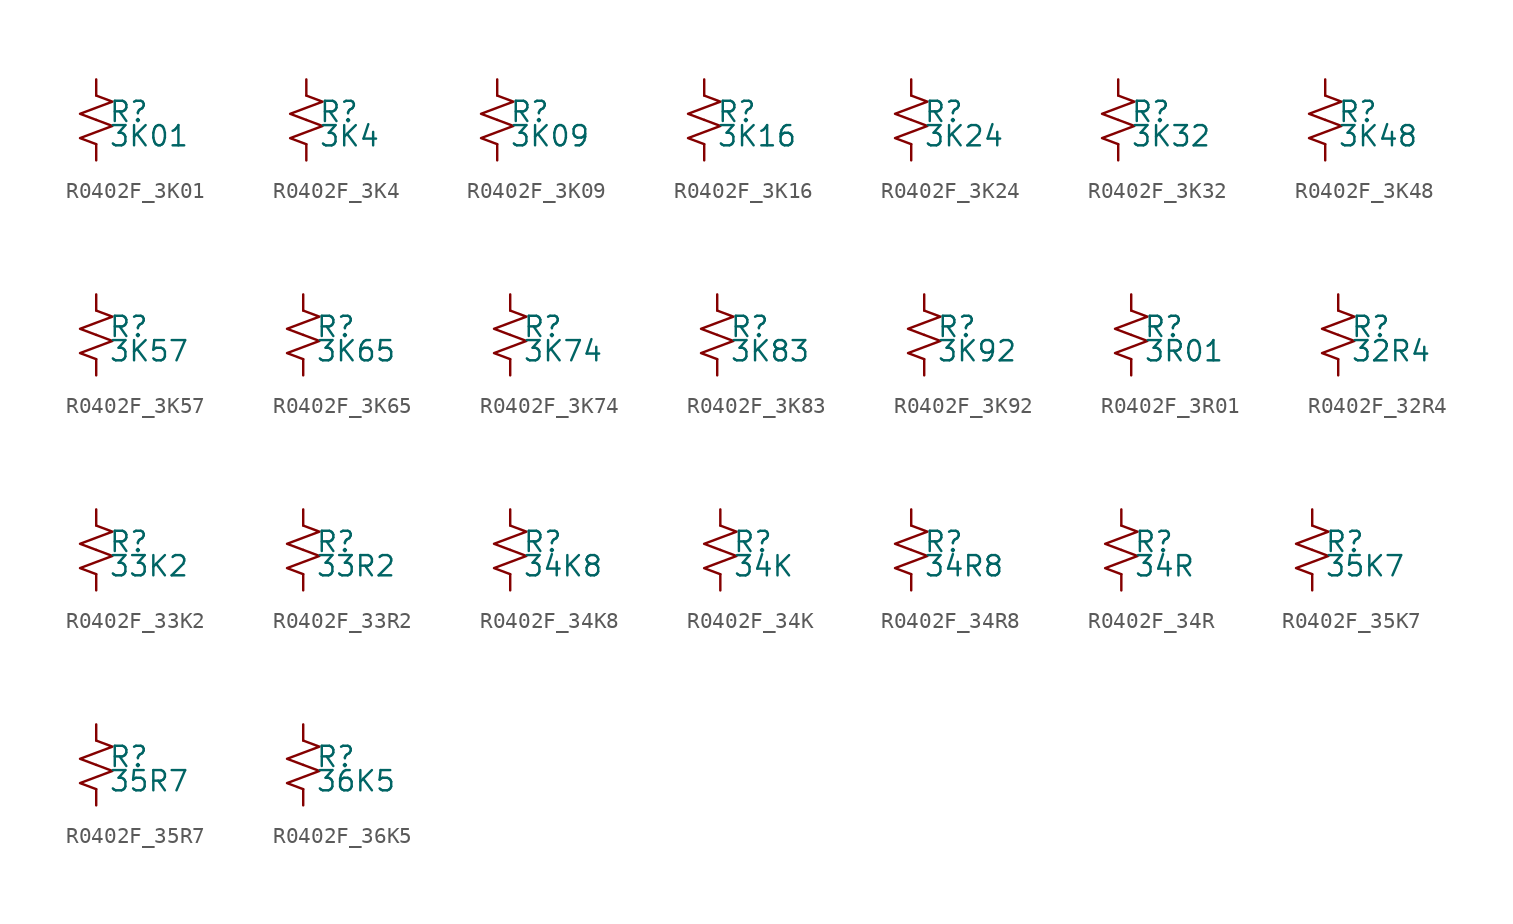
<source format=kicad_sym>
(kicad_symbol_lib
  (version 20220914)
  (generator kicad_symbol_editor)
  (symbol "R0402F_3K01"
    (pin_numbers hide)
    (pin_names
      (offset 0.254) hide)
    (property "Reference" "R"
      (at 0.762 0.508 0)
      (effects (font (size 1.27 1.27)) (justify left)))
    (property "Value" "3K01"
      (at 0.762 -1.016 0)
      (effects (font (size 1.27 1.27)) (justify left)))
    (symbol "R0402F_3K01_1_1"
      (polyline (pts (xy 0 0) (xy 1.016 -0.381) (xy 0 -0.762) (xy -1.016 -1.143) (xy 0 -1.524)) (stroke (width 0) (type default)) (fill (type none)))
      (polyline (pts (xy 0 1.524) (xy 1.016 1.143) (xy 0 0.762) (xy -1.016 0.381) (xy 0 0)) (stroke (width 0) (type default)) (fill (type none)))
      (pin passive line (at 0 2.54 270) (length 1.016) (name "~" (effects (font (size 1.27 1.27)))) (number "1" (effects (font (size 1.27 1.27)))))
      (pin passive line (at 0 -2.54 90) (length 1.016) (name "~" (effects (font (size 1.27 1.27)))) (number "2" (effects (font (size 1.27 1.27)))))))
  (symbol "R0402F_3K4"
    (pin_numbers hide)
    (pin_names
      (offset 0.254) hide)
    (property "Reference" "R"
      (at 0.762 0.508 0)
      (effects (font (size 1.27 1.27)) (justify left)))
    (property "Value" "3K4"
      (at 0.762 -1.016 0)
      (effects (font (size 1.27 1.27)) (justify left)))
    (symbol "R0402F_3K4_1_1"
      (polyline (pts (xy 0 0) (xy 1.016 -0.381) (xy 0 -0.762) (xy -1.016 -1.143) (xy 0 -1.524)) (stroke (width 0) (type default)) (fill (type none)))
      (polyline (pts (xy 0 1.524) (xy 1.016 1.143) (xy 0 0.762) (xy -1.016 0.381) (xy 0 0)) (stroke (width 0) (type default)) (fill (type none)))
      (pin passive line (at 0 2.54 270) (length 1.016) (name "~" (effects (font (size 1.27 1.27)))) (number "1" (effects (font (size 1.27 1.27)))))
      (pin passive line (at 0 -2.54 90) (length 1.016) (name "~" (effects (font (size 1.27 1.27)))) (number "2" (effects (font (size 1.27 1.27)))))))
  (symbol "R0402F_3K09"
    (pin_numbers hide)
    (pin_names
      (offset 0.254) hide)
    (property "Reference" "R"
      (at 0.762 0.508 0)
      (effects (font (size 1.27 1.27)) (justify left)))
    (property "Value" "3K09"
      (at 0.762 -1.016 0)
      (effects (font (size 1.27 1.27)) (justify left)))
    (symbol "R0402F_3K09_1_1"
      (polyline (pts (xy 0 0) (xy 1.016 -0.381) (xy 0 -0.762) (xy -1.016 -1.143) (xy 0 -1.524)) (stroke (width 0) (type default)) (fill (type none)))
      (polyline (pts (xy 0 1.524) (xy 1.016 1.143) (xy 0 0.762) (xy -1.016 0.381) (xy 0 0)) (stroke (width 0) (type default)) (fill (type none)))
      (pin passive line (at 0 2.54 270) (length 1.016) (name "~" (effects (font (size 1.27 1.27)))) (number "1" (effects (font (size 1.27 1.27)))))
      (pin passive line (at 0 -2.54 90) (length 1.016) (name "~" (effects (font (size 1.27 1.27)))) (number "2" (effects (font (size 1.27 1.27)))))))
  (symbol "R0402F_3K16"
    (pin_numbers hide)
    (pin_names
      (offset 0.254) hide)
    (property "Reference" "R"
      (at 0.762 0.508 0)
      (effects (font (size 1.27 1.27)) (justify left)))
    (property "Value" "3K16"
      (at 0.762 -1.016 0)
      (effects (font (size 1.27 1.27)) (justify left)))
    (symbol "R0402F_3K16_1_1"
      (polyline (pts (xy 0 0) (xy 1.016 -0.381) (xy 0 -0.762) (xy -1.016 -1.143) (xy 0 -1.524)) (stroke (width 0) (type default)) (fill (type none)))
      (polyline (pts (xy 0 1.524) (xy 1.016 1.143) (xy 0 0.762) (xy -1.016 0.381) (xy 0 0)) (stroke (width 0) (type default)) (fill (type none)))
      (pin passive line (at 0 2.54 270) (length 1.016) (name "~" (effects (font (size 1.27 1.27)))) (number "1" (effects (font (size 1.27 1.27)))))
      (pin passive line (at 0 -2.54 90) (length 1.016) (name "~" (effects (font (size 1.27 1.27)))) (number "2" (effects (font (size 1.27 1.27)))))))
  (symbol "R0402F_3K24"
    (pin_numbers hide)
    (pin_names
      (offset 0.254) hide)
    (property "Reference" "R"
      (at 0.762 0.508 0)
      (effects (font (size 1.27 1.27)) (justify left)))
    (property "Value" "3K24"
      (at 0.762 -1.016 0)
      (effects (font (size 1.27 1.27)) (justify left)))
    (symbol "R0402F_3K24_1_1"
      (polyline (pts (xy 0 0) (xy 1.016 -0.381) (xy 0 -0.762) (xy -1.016 -1.143) (xy 0 -1.524)) (stroke (width 0) (type default)) (fill (type none)))
      (polyline (pts (xy 0 1.524) (xy 1.016 1.143) (xy 0 0.762) (xy -1.016 0.381) (xy 0 0)) (stroke (width 0) (type default)) (fill (type none)))
      (pin passive line (at 0 2.54 270) (length 1.016) (name "~" (effects (font (size 1.27 1.27)))) (number "1" (effects (font (size 1.27 1.27)))))
      (pin passive line (at 0 -2.54 90) (length 1.016) (name "~" (effects (font (size 1.27 1.27)))) (number "2" (effects (font (size 1.27 1.27)))))))
  (symbol "R0402F_3K32"
    (pin_numbers hide)
    (pin_names
      (offset 0.254) hide)
    (property "Reference" "R"
      (at 0.762 0.508 0)
      (effects (font (size 1.27 1.27)) (justify left)))
    (property "Value" "3K32"
      (at 0.762 -1.016 0)
      (effects (font (size 1.27 1.27)) (justify left)))
    (symbol "R0402F_3K32_1_1"
      (polyline (pts (xy 0 0) (xy 1.016 -0.381) (xy 0 -0.762) (xy -1.016 -1.143) (xy 0 -1.524)) (stroke (width 0) (type default)) (fill (type none)))
      (polyline (pts (xy 0 1.524) (xy 1.016 1.143) (xy 0 0.762) (xy -1.016 0.381) (xy 0 0)) (stroke (width 0) (type default)) (fill (type none)))
      (pin passive line (at 0 2.54 270) (length 1.016) (name "~" (effects (font (size 1.27 1.27)))) (number "1" (effects (font (size 1.27 1.27)))))
      (pin passive line (at 0 -2.54 90) (length 1.016) (name "~" (effects (font (size 1.27 1.27)))) (number "2" (effects (font (size 1.27 1.27)))))))
  (symbol "R0402F_3K48"
    (pin_numbers hide)
    (pin_names
      (offset 0.254) hide)
    (property "Reference" "R"
      (at 0.762 0.508 0)
      (effects (font (size 1.27 1.27)) (justify left)))
    (property "Value" "3K48"
      (at 0.762 -1.016 0)
      (effects (font (size 1.27 1.27)) (justify left)))
    (symbol "R0402F_3K48_1_1"
      (polyline (pts (xy 0 0) (xy 1.016 -0.381) (xy 0 -0.762) (xy -1.016 -1.143) (xy 0 -1.524)) (stroke (width 0) (type default)) (fill (type none)))
      (polyline (pts (xy 0 1.524) (xy 1.016 1.143) (xy 0 0.762) (xy -1.016 0.381) (xy 0 0)) (stroke (width 0) (type default)) (fill (type none)))
      (pin passive line (at 0 2.54 270) (length 1.016) (name "~" (effects (font (size 1.27 1.27)))) (number "1" (effects (font (size 1.27 1.27)))))
      (pin passive line (at 0 -2.54 90) (length 1.016) (name "~" (effects (font (size 1.27 1.27)))) (number "2" (effects (font (size 1.27 1.27)))))))
  (symbol "R0402F_3K57"
    (pin_numbers hide)
    (pin_names
      (offset 0.254) hide)
    (property "Reference" "R"
      (at 0.762 0.508 0)
      (effects (font (size 1.27 1.27)) (justify left)))
    (property "Value" "3K57"
      (at 0.762 -1.016 0)
      (effects (font (size 1.27 1.27)) (justify left)))
    (symbol "R0402F_3K57_1_1"
      (polyline (pts (xy 0 0) (xy 1.016 -0.381) (xy 0 -0.762) (xy -1.016 -1.143) (xy 0 -1.524)) (stroke (width 0) (type default)) (fill (type none)))
      (polyline (pts (xy 0 1.524) (xy 1.016 1.143) (xy 0 0.762) (xy -1.016 0.381) (xy 0 0)) (stroke (width 0) (type default)) (fill (type none)))
      (pin passive line (at 0 2.54 270) (length 1.016) (name "~" (effects (font (size 1.27 1.27)))) (number "1" (effects (font (size 1.27 1.27)))))
      (pin passive line (at 0 -2.54 90) (length 1.016) (name "~" (effects (font (size 1.27 1.27)))) (number "2" (effects (font (size 1.27 1.27)))))))
  (symbol "R0402F_3K65"
    (pin_numbers hide)
    (pin_names
      (offset 0.254) hide)
    (property "Reference" "R"
      (at 0.762 0.508 0)
      (effects (font (size 1.27 1.27)) (justify left)))
    (property "Value" "3K65"
      (at 0.762 -1.016 0)
      (effects (font (size 1.27 1.27)) (justify left)))
    (symbol "R0402F_3K65_1_1"
      (polyline (pts (xy 0 0) (xy 1.016 -0.381) (xy 0 -0.762) (xy -1.016 -1.143) (xy 0 -1.524)) (stroke (width 0) (type default)) (fill (type none)))
      (polyline (pts (xy 0 1.524) (xy 1.016 1.143) (xy 0 0.762) (xy -1.016 0.381) (xy 0 0)) (stroke (width 0) (type default)) (fill (type none)))
      (pin passive line (at 0 2.54 270) (length 1.016) (name "~" (effects (font (size 1.27 1.27)))) (number "1" (effects (font (size 1.27 1.27)))))
      (pin passive line (at 0 -2.54 90) (length 1.016) (name "~" (effects (font (size 1.27 1.27)))) (number "2" (effects (font (size 1.27 1.27)))))))
  (symbol "R0402F_3K74"
    (pin_numbers hide)
    (pin_names
      (offset 0.254) hide)
    (property "Reference" "R"
      (at 0.762 0.508 0)
      (effects (font (size 1.27 1.27)) (justify left)))
    (property "Value" "3K74"
      (at 0.762 -1.016 0)
      (effects (font (size 1.27 1.27)) (justify left)))
    (symbol "R0402F_3K74_1_1"
      (polyline (pts (xy 0 0) (xy 1.016 -0.381) (xy 0 -0.762) (xy -1.016 -1.143) (xy 0 -1.524)) (stroke (width 0) (type default)) (fill (type none)))
      (polyline (pts (xy 0 1.524) (xy 1.016 1.143) (xy 0 0.762) (xy -1.016 0.381) (xy 0 0)) (stroke (width 0) (type default)) (fill (type none)))
      (pin passive line (at 0 2.54 270) (length 1.016) (name "~" (effects (font (size 1.27 1.27)))) (number "1" (effects (font (size 1.27 1.27)))))
      (pin passive line (at 0 -2.54 90) (length 1.016) (name "~" (effects (font (size 1.27 1.27)))) (number "2" (effects (font (size 1.27 1.27)))))))
  (symbol "R0402F_3K83"
    (pin_numbers hide)
    (pin_names
      (offset 0.254) hide)
    (property "Reference" "R"
      (at 0.762 0.508 0)
      (effects (font (size 1.27 1.27)) (justify left)))
    (property "Value" "3K83"
      (at 0.762 -1.016 0)
      (effects (font (size 1.27 1.27)) (justify left)))
    (symbol "R0402F_3K83_1_1"
      (polyline (pts (xy 0 0) (xy 1.016 -0.381) (xy 0 -0.762) (xy -1.016 -1.143) (xy 0 -1.524)) (stroke (width 0) (type default)) (fill (type none)))
      (polyline (pts (xy 0 1.524) (xy 1.016 1.143) (xy 0 0.762) (xy -1.016 0.381) (xy 0 0)) (stroke (width 0) (type default)) (fill (type none)))
      (pin passive line (at 0 2.54 270) (length 1.016) (name "~" (effects (font (size 1.27 1.27)))) (number "1" (effects (font (size 1.27 1.27)))))
      (pin passive line (at 0 -2.54 90) (length 1.016) (name "~" (effects (font (size 1.27 1.27)))) (number "2" (effects (font (size 1.27 1.27)))))))
  (symbol "R0402F_3K92"
    (pin_numbers hide)
    (pin_names
      (offset 0.254) hide)
    (property "Reference" "R"
      (at 0.762 0.508 0)
      (effects (font (size 1.27 1.27)) (justify left)))
    (property "Value" "3K92"
      (at 0.762 -1.016 0)
      (effects (font (size 1.27 1.27)) (justify left)))
    (symbol "R0402F_3K92_1_1"
      (polyline (pts (xy 0 0) (xy 1.016 -0.381) (xy 0 -0.762) (xy -1.016 -1.143) (xy 0 -1.524)) (stroke (width 0) (type default)) (fill (type none)))
      (polyline (pts (xy 0 1.524) (xy 1.016 1.143) (xy 0 0.762) (xy -1.016 0.381) (xy 0 0)) (stroke (width 0) (type default)) (fill (type none)))
      (pin passive line (at 0 2.54 270) (length 1.016) (name "~" (effects (font (size 1.27 1.27)))) (number "1" (effects (font (size 1.27 1.27)))))
      (pin passive line (at 0 -2.54 90) (length 1.016) (name "~" (effects (font (size 1.27 1.27)))) (number "2" (effects (font (size 1.27 1.27)))))))
  (symbol "R0402F_3R01"
    (pin_numbers hide)
    (pin_names
      (offset 0.254) hide)
    (property "Reference" "R"
      (at 0.762 0.508 0)
      (effects (font (size 1.27 1.27)) (justify left)))
    (property "Value" "3R01"
      (at 0.762 -1.016 0)
      (effects (font (size 1.27 1.27)) (justify left)))
    (symbol "R0402F_3R01_1_1"
      (polyline (pts (xy 0 0) (xy 1.016 -0.381) (xy 0 -0.762) (xy -1.016 -1.143) (xy 0 -1.524)) (stroke (width 0) (type default)) (fill (type none)))
      (polyline (pts (xy 0 1.524) (xy 1.016 1.143) (xy 0 0.762) (xy -1.016 0.381) (xy 0 0)) (stroke (width 0) (type default)) (fill (type none)))
      (pin passive line (at 0 2.54 270) (length 1.016) (name "~" (effects (font (size 1.27 1.27)))) (number "1" (effects (font (size 1.27 1.27)))))
      (pin passive line (at 0 -2.54 90) (length 1.016) (name "~" (effects (font (size 1.27 1.27)))) (number "2" (effects (font (size 1.27 1.27)))))))
  (symbol "R0402F_32R4"
    (pin_numbers hide)
    (pin_names
      (offset 0.254) hide)
    (property "Reference" "R"
      (at 0.762 0.508 0)
      (effects (font (size 1.27 1.27)) (justify left)))
    (property "Value" "32R4"
      (at 0.762 -1.016 0)
      (effects (font (size 1.27 1.27)) (justify left)))
    (symbol "R0402F_32R4_1_1"
      (polyline (pts (xy 0 0) (xy 1.016 -0.381) (xy 0 -0.762) (xy -1.016 -1.143) (xy 0 -1.524)) (stroke (width 0) (type default)) (fill (type none)))
      (polyline (pts (xy 0 1.524) (xy 1.016 1.143) (xy 0 0.762) (xy -1.016 0.381) (xy 0 0)) (stroke (width 0) (type default)) (fill (type none)))
      (pin passive line (at 0 2.54 270) (length 1.016) (name "~" (effects (font (size 1.27 1.27)))) (number "1" (effects (font (size 1.27 1.27)))))
      (pin passive line (at 0 -2.54 90) (length 1.016) (name "~" (effects (font (size 1.27 1.27)))) (number "2" (effects (font (size 1.27 1.27)))))))
  (symbol "R0402F_33K2"
    (pin_numbers hide)
    (pin_names
      (offset 0.254) hide)
    (property "Reference" "R"
      (at 0.762 0.508 0)
      (effects (font (size 1.27 1.27)) (justify left)))
    (property "Value" "33K2"
      (at 0.762 -1.016 0)
      (effects (font (size 1.27 1.27)) (justify left)))
    (symbol "R0402F_33K2_1_1"
      (polyline (pts (xy 0 0) (xy 1.016 -0.381) (xy 0 -0.762) (xy -1.016 -1.143) (xy 0 -1.524)) (stroke (width 0) (type default)) (fill (type none)))
      (polyline (pts (xy 0 1.524) (xy 1.016 1.143) (xy 0 0.762) (xy -1.016 0.381) (xy 0 0)) (stroke (width 0) (type default)) (fill (type none)))
      (pin passive line (at 0 2.54 270) (length 1.016) (name "~" (effects (font (size 1.27 1.27)))) (number "1" (effects (font (size 1.27 1.27)))))
      (pin passive line (at 0 -2.54 90) (length 1.016) (name "~" (effects (font (size 1.27 1.27)))) (number "2" (effects (font (size 1.27 1.27)))))))
  (symbol "R0402F_33R2"
    (pin_numbers hide)
    (pin_names
      (offset 0.254) hide)
    (property "Reference" "R"
      (at 0.762 0.508 0)
      (effects (font (size 1.27 1.27)) (justify left)))
    (property "Value" "33R2"
      (at 0.762 -1.016 0)
      (effects (font (size 1.27 1.27)) (justify left)))
    (symbol "R0402F_33R2_1_1"
      (polyline (pts (xy 0 0) (xy 1.016 -0.381) (xy 0 -0.762) (xy -1.016 -1.143) (xy 0 -1.524)) (stroke (width 0) (type default)) (fill (type none)))
      (polyline (pts (xy 0 1.524) (xy 1.016 1.143) (xy 0 0.762) (xy -1.016 0.381) (xy 0 0)) (stroke (width 0) (type default)) (fill (type none)))
      (pin passive line (at 0 2.54 270) (length 1.016) (name "~" (effects (font (size 1.27 1.27)))) (number "1" (effects (font (size 1.27 1.27)))))
      (pin passive line (at 0 -2.54 90) (length 1.016) (name "~" (effects (font (size 1.27 1.27)))) (number "2" (effects (font (size 1.27 1.27)))))))
  (symbol "R0402F_34K8"
    (pin_numbers hide)
    (pin_names
      (offset 0.254) hide)
    (property "Reference" "R"
      (at 0.762 0.508 0)
      (effects (font (size 1.27 1.27)) (justify left)))
    (property "Value" "34K8"
      (at 0.762 -1.016 0)
      (effects (font (size 1.27 1.27)) (justify left)))
    (symbol "R0402F_34K8_1_1"
      (polyline (pts (xy 0 0) (xy 1.016 -0.381) (xy 0 -0.762) (xy -1.016 -1.143) (xy 0 -1.524)) (stroke (width 0) (type default)) (fill (type none)))
      (polyline (pts (xy 0 1.524) (xy 1.016 1.143) (xy 0 0.762) (xy -1.016 0.381) (xy 0 0)) (stroke (width 0) (type default)) (fill (type none)))
      (pin passive line (at 0 2.54 270) (length 1.016) (name "~" (effects (font (size 1.27 1.27)))) (number "1" (effects (font (size 1.27 1.27)))))
      (pin passive line (at 0 -2.54 90) (length 1.016) (name "~" (effects (font (size 1.27 1.27)))) (number "2" (effects (font (size 1.27 1.27)))))))
  (symbol "R0402F_34K"
    (pin_numbers hide)
    (pin_names
      (offset 0.254) hide)
    (property "Reference" "R"
      (at 0.762 0.508 0)
      (effects (font (size 1.27 1.27)) (justify left)))
    (property "Value" "34K"
      (at 0.762 -1.016 0)
      (effects (font (size 1.27 1.27)) (justify left)))
    (symbol "R0402F_34K_1_1"
      (polyline (pts (xy 0 0) (xy 1.016 -0.381) (xy 0 -0.762) (xy -1.016 -1.143) (xy 0 -1.524)) (stroke (width 0) (type default)) (fill (type none)))
      (polyline (pts (xy 0 1.524) (xy 1.016 1.143) (xy 0 0.762) (xy -1.016 0.381) (xy 0 0)) (stroke (width 0) (type default)) (fill (type none)))
      (pin passive line (at 0 2.54 270) (length 1.016) (name "~" (effects (font (size 1.27 1.27)))) (number "1" (effects (font (size 1.27 1.27)))))
      (pin passive line (at 0 -2.54 90) (length 1.016) (name "~" (effects (font (size 1.27 1.27)))) (number "2" (effects (font (size 1.27 1.27)))))))
  (symbol "R0402F_34R8"
    (pin_numbers hide)
    (pin_names
      (offset 0.254) hide)
    (property "Reference" "R"
      (at 0.762 0.508 0)
      (effects (font (size 1.27 1.27)) (justify left)))
    (property "Value" "34R8"
      (at 0.762 -1.016 0)
      (effects (font (size 1.27 1.27)) (justify left)))
    (symbol "R0402F_34R8_1_1"
      (polyline (pts (xy 0 0) (xy 1.016 -0.381) (xy 0 -0.762) (xy -1.016 -1.143) (xy 0 -1.524)) (stroke (width 0) (type default)) (fill (type none)))
      (polyline (pts (xy 0 1.524) (xy 1.016 1.143) (xy 0 0.762) (xy -1.016 0.381) (xy 0 0)) (stroke (width 0) (type default)) (fill (type none)))
      (pin passive line (at 0 2.54 270) (length 1.016) (name "~" (effects (font (size 1.27 1.27)))) (number "1" (effects (font (size 1.27 1.27)))))
      (pin passive line (at 0 -2.54 90) (length 1.016) (name "~" (effects (font (size 1.27 1.27)))) (number "2" (effects (font (size 1.27 1.27)))))))
  (symbol "R0402F_34R"
    (pin_numbers hide)
    (pin_names
      (offset 0.254) hide)
    (property "Reference" "R"
      (at 0.762 0.508 0)
      (effects (font (size 1.27 1.27)) (justify left)))
    (property "Value" "34R"
      (at 0.762 -1.016 0)
      (effects (font (size 1.27 1.27)) (justify left)))
    (symbol "R0402F_34R_1_1"
      (polyline (pts (xy 0 0) (xy 1.016 -0.381) (xy 0 -0.762) (xy -1.016 -1.143) (xy 0 -1.524)) (stroke (width 0) (type default)) (fill (type none)))
      (polyline (pts (xy 0 1.524) (xy 1.016 1.143) (xy 0 0.762) (xy -1.016 0.381) (xy 0 0)) (stroke (width 0) (type default)) (fill (type none)))
      (pin passive line (at 0 2.54 270) (length 1.016) (name "~" (effects (font (size 1.27 1.27)))) (number "1" (effects (font (size 1.27 1.27)))))
      (pin passive line (at 0 -2.54 90) (length 1.016) (name "~" (effects (font (size 1.27 1.27)))) (number "2" (effects (font (size 1.27 1.27)))))))
  (symbol "R0402F_35K7"
    (pin_numbers hide)
    (pin_names
      (offset 0.254) hide)
    (property "Reference" "R"
      (at 0.762 0.508 0)
      (effects (font (size 1.27 1.27)) (justify left)))
    (property "Value" "35K7"
      (at 0.762 -1.016 0)
      (effects (font (size 1.27 1.27)) (justify left)))
    (symbol "R0402F_35K7_1_1"
      (polyline (pts (xy 0 0) (xy 1.016 -0.381) (xy 0 -0.762) (xy -1.016 -1.143) (xy 0 -1.524)) (stroke (width 0) (type default)) (fill (type none)))
      (polyline (pts (xy 0 1.524) (xy 1.016 1.143) (xy 0 0.762) (xy -1.016 0.381) (xy 0 0)) (stroke (width 0) (type default)) (fill (type none)))
      (pin passive line (at 0 2.54 270) (length 1.016) (name "~" (effects (font (size 1.27 1.27)))) (number "1" (effects (font (size 1.27 1.27)))))
      (pin passive line (at 0 -2.54 90) (length 1.016) (name "~" (effects (font (size 1.27 1.27)))) (number "2" (effects (font (size 1.27 1.27)))))))
  (symbol "R0402F_35R7"
    (pin_numbers hide)
    (pin_names
      (offset 0.254) hide)
    (property "Reference" "R"
      (at 0.762 0.508 0)
      (effects (font (size 1.27 1.27)) (justify left)))
    (property "Value" "35R7"
      (at 0.762 -1.016 0)
      (effects (font (size 1.27 1.27)) (justify left)))
    (symbol "R0402F_35R7_1_1"
      (polyline (pts (xy 0 0) (xy 1.016 -0.381) (xy 0 -0.762) (xy -1.016 -1.143) (xy 0 -1.524)) (stroke (width 0) (type default)) (fill (type none)))
      (polyline (pts (xy 0 1.524) (xy 1.016 1.143) (xy 0 0.762) (xy -1.016 0.381) (xy 0 0)) (stroke (width 0) (type default)) (fill (type none)))
      (pin passive line (at 0 2.54 270) (length 1.016) (name "~" (effects (font (size 1.27 1.27)))) (number "1" (effects (font (size 1.27 1.27)))))
      (pin passive line (at 0 -2.54 90) (length 1.016) (name "~" (effects (font (size 1.27 1.27)))) (number "2" (effects (font (size 1.27 1.27)))))))
  (symbol "R0402F_36K5"
    (pin_numbers hide)
    (pin_names
      (offset 0.254) hide)
    (property "Reference" "R"
      (at 0.762 0.508 0)
      (effects (font (size 1.27 1.27)) (justify left)))
    (property "Value" "36K5"
      (at 0.762 -1.016 0)
      (effects (font (size 1.27 1.27)) (justify left)))
    (symbol "R0402F_36K5_1_1"
      (polyline (pts (xy 0 0) (xy 1.016 -0.381) (xy 0 -0.762) (xy -1.016 -1.143) (xy 0 -1.524)) (stroke (width 0) (type default)) (fill (type none)))
      (polyline (pts (xy 0 1.524) (xy 1.016 1.143) (xy 0 0.762) (xy -1.016 0.381) (xy 0 0)) (stroke (width 0) (type default)) (fill (type none)))
      (pin passive line (at 0 2.54 270) (length 1.016) (name "~" (effects (font (size 1.27 1.27)))) (number "1" (effects (font (size 1.27 1.27)))))
      (pin passive line (at 0 -2.54 90) (length 1.016) (name "~" (effects (font (size 1.27 1.27)))) (number "2" (effects (font (size 1.27 1.27))))))))
</source>
